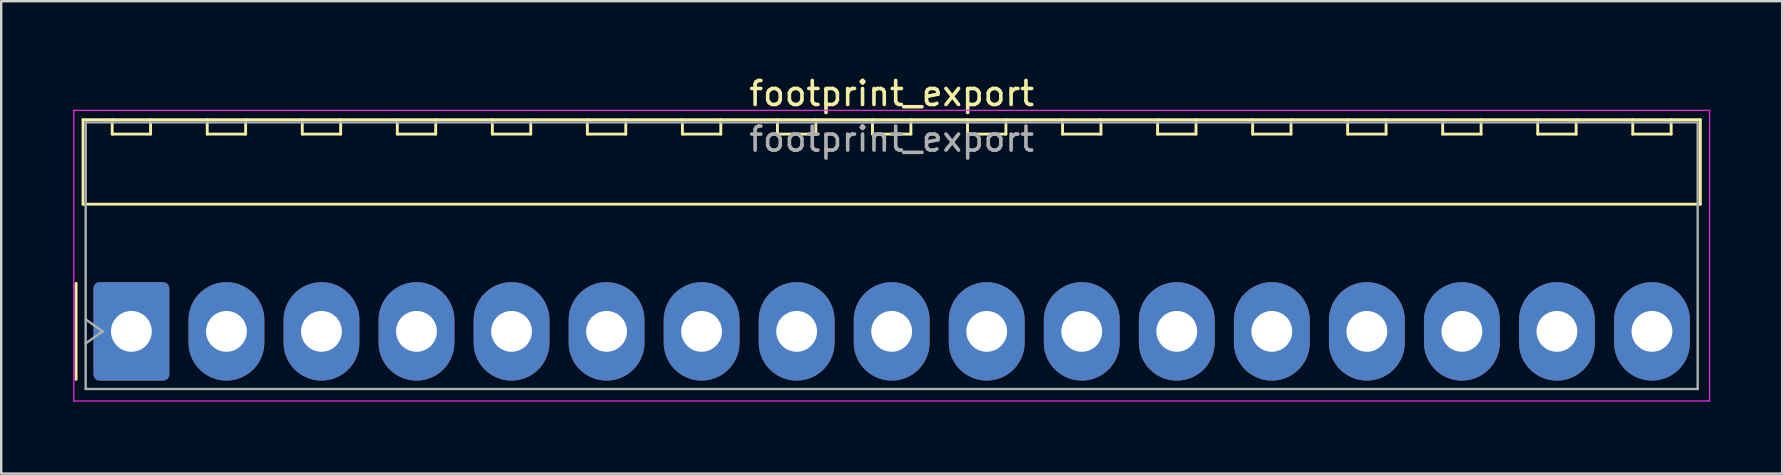
<source format=kicad_pcb>
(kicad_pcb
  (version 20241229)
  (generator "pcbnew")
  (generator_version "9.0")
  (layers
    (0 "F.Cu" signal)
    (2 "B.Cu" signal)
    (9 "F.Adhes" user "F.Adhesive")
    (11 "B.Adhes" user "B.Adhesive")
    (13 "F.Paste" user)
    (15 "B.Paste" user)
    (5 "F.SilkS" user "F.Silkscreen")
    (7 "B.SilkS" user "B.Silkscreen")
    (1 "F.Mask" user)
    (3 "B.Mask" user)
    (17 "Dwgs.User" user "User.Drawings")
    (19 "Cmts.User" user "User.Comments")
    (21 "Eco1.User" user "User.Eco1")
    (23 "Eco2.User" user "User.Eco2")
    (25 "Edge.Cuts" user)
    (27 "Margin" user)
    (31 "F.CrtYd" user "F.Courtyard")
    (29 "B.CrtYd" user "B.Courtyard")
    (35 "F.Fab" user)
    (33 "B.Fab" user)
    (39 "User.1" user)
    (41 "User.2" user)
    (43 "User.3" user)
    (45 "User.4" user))
  (footprint "footprint_export"
    (layer "F.Cu")
    (at 2.425 10.758)
    (property "Reference" "footprint_export" (at 31.68 -9.91 0) (layer "F.SilkS") (effects (font (size 1 1) (thickness 0.15))))
    (attr through_hole)
    (fp_line (start -2.305 -2) (end -2.305 2) (stroke (width 0.12) (type solid)) (layer "F.SilkS"))
    (fp_line (start -2.015 -8.82) (end 65.375 -8.82) (stroke (width 0.12) (type solid)) (layer "F.SilkS"))
    (fp_line (start -2.015 -5.3) (end -2.015 -8.82) (stroke (width 0.12) (type solid)) (layer "F.SilkS"))
    (fp_line (start -0.8 -8.82) (end -0.8 -8.22) (stroke (width 0.12) (type solid)) (layer "F.SilkS"))
    (fp_line (start -0.8 -8.22) (end 0.8 -8.22) (stroke (width 0.12) (type solid)) (layer "F.SilkS"))
    (fp_line (start 0.8 -8.22) (end 0.8 -8.82) (stroke (width 0.12) (type solid)) (layer "F.SilkS"))
    (fp_line (start 3.16 -8.82) (end 3.16 -8.22) (stroke (width 0.12) (type solid)) (layer "F.SilkS"))
    (fp_line (start 3.16 -8.22) (end 4.76 -8.22) (stroke (width 0.12) (type solid)) (layer "F.SilkS"))
    (fp_line (start 4.76 -8.22) (end 4.76 -8.82) (stroke (width 0.12) (type solid)) (layer "F.SilkS"))
    (fp_line (start 7.12 -8.82) (end 7.12 -8.22) (stroke (width 0.12) (type solid)) (layer "F.SilkS"))
    (fp_line (start 7.12 -8.22) (end 8.72 -8.22) (stroke (width 0.12) (type solid)) (layer "F.SilkS"))
    (fp_line (start 8.72 -8.22) (end 8.72 -8.82) (stroke (width 0.12) (type solid)) (layer "F.SilkS"))
    (fp_line (start 11.08 -8.82) (end 11.08 -8.22) (stroke (width 0.12) (type solid)) (layer "F.SilkS"))
    (fp_line (start 11.08 -8.22) (end 12.68 -8.22) (stroke (width 0.12) (type solid)) (layer "F.SilkS"))
    (fp_line (start 12.68 -8.22) (end 12.68 -8.82) (stroke (width 0.12) (type solid)) (layer "F.SilkS"))
    (fp_line (start 15.04 -8.82) (end 15.04 -8.22) (stroke (width 0.12) (type solid)) (layer "F.SilkS"))
    (fp_line (start 15.04 -8.22) (end 16.64 -8.22) (stroke (width 0.12) (type solid)) (layer "F.SilkS"))
    (fp_line (start 16.64 -8.22) (end 16.64 -8.82) (stroke (width 0.12) (type solid)) (layer "F.SilkS"))
    (fp_line (start 19 -8.82) (end 19 -8.22) (stroke (width 0.12) (type solid)) (layer "F.SilkS"))
    (fp_line (start 19 -8.22) (end 20.6 -8.22) (stroke (width 0.12) (type solid)) (layer "F.SilkS"))
    (fp_line (start 20.6 -8.22) (end 20.6 -8.82) (stroke (width 0.12) (type solid)) (layer "F.SilkS"))
    (fp_line (start 22.96 -8.82) (end 22.96 -8.22) (stroke (width 0.12) (type solid)) (layer "F.SilkS"))
    (fp_line (start 22.96 -8.22) (end 24.56 -8.22) (stroke (width 0.12) (type solid)) (layer "F.SilkS"))
    (fp_line (start 24.56 -8.22) (end 24.56 -8.82) (stroke (width 0.12) (type solid)) (layer "F.SilkS"))
    (fp_line (start 26.92 -8.82) (end 26.92 -8.22) (stroke (width 0.12) (type solid)) (layer "F.SilkS"))
    (fp_line (start 26.92 -8.22) (end 28.52 -8.22) (stroke (width 0.12) (type solid)) (layer "F.SilkS"))
    (fp_line (start 28.52 -8.22) (end 28.52 -8.82) (stroke (width 0.12) (type solid)) (layer "F.SilkS"))
    (fp_line (start 30.88 -8.82) (end 30.88 -8.22) (stroke (width 0.12) (type solid)) (layer "F.SilkS"))
    (fp_line (start 30.88 -8.22) (end 32.48 -8.22) (stroke (width 0.12) (type solid)) (layer "F.SilkS"))
    (fp_line (start 32.48 -8.22) (end 32.48 -8.82) (stroke (width 0.12) (type solid)) (layer "F.SilkS"))
    (fp_line (start 34.84 -8.82) (end 34.84 -8.22) (stroke (width 0.12) (type solid)) (layer "F.SilkS"))
    (fp_line (start 34.84 -8.22) (end 36.44 -8.22) (stroke (width 0.12) (type solid)) (layer "F.SilkS"))
    (fp_line (start 36.44 -8.22) (end 36.44 -8.82) (stroke (width 0.12) (type solid)) (layer "F.SilkS"))
    (fp_line (start 38.8 -8.82) (end 38.8 -8.22) (stroke (width 0.12) (type solid)) (layer "F.SilkS"))
    (fp_line (start 38.8 -8.22) (end 40.4 -8.22) (stroke (width 0.12) (type solid)) (layer "F.SilkS"))
    (fp_line (start 40.4 -8.22) (end 40.4 -8.82) (stroke (width 0.12) (type solid)) (layer "F.SilkS"))
    (fp_line (start 42.76 -8.82) (end 42.76 -8.22) (stroke (width 0.12) (type solid)) (layer "F.SilkS"))
    (fp_line (start 42.76 -8.22) (end 44.36 -8.22) (stroke (width 0.12) (type solid)) (layer "F.SilkS"))
    (fp_line (start 44.36 -8.22) (end 44.36 -8.82) (stroke (width 0.12) (type solid)) (layer "F.SilkS"))
    (fp_line (start 46.72 -8.82) (end 46.72 -8.22) (stroke (width 0.12) (type solid)) (layer "F.SilkS"))
    (fp_line (start 46.72 -8.22) (end 48.32 -8.22) (stroke (width 0.12) (type solid)) (layer "F.SilkS"))
    (fp_line (start 48.32 -8.22) (end 48.32 -8.82) (stroke (width 0.12) (type solid)) (layer "F.SilkS"))
    (fp_line (start 50.68 -8.82) (end 50.68 -8.22) (stroke (width 0.12) (type solid)) (layer "F.SilkS"))
    (fp_line (start 50.68 -8.22) (end 52.28 -8.22) (stroke (width 0.12) (type solid)) (layer "F.SilkS"))
    (fp_line (start 52.28 -8.22) (end 52.28 -8.82) (stroke (width 0.12) (type solid)) (layer "F.SilkS"))
    (fp_line (start 54.64 -8.82) (end 54.64 -8.22) (stroke (width 0.12) (type solid)) (layer "F.SilkS"))
    (fp_line (start 54.64 -8.22) (end 56.24 -8.22) (stroke (width 0.12) (type solid)) (layer "F.SilkS"))
    (fp_line (start 56.24 -8.22) (end 56.24 -8.82) (stroke (width 0.12) (type solid)) (layer "F.SilkS"))
    (fp_line (start 58.6 -8.82) (end 58.6 -8.22) (stroke (width 0.12) (type solid)) (layer "F.SilkS"))
    (fp_line (start 58.6 -8.22) (end 60.2 -8.22) (stroke (width 0.12) (type solid)) (layer "F.SilkS"))
    (fp_line (start 60.2 -8.22) (end 60.2 -8.82) (stroke (width 0.12) (type solid)) (layer "F.SilkS"))
    (fp_line (start 62.56 -8.82) (end 62.56 -8.22) (stroke (width 0.12) (type solid)) (layer "F.SilkS"))
    (fp_line (start 62.56 -8.22) (end 64.16 -8.22) (stroke (width 0.12) (type solid)) (layer "F.SilkS"))
    (fp_line (start 64.16 -8.22) (end 64.16 -8.82) (stroke (width 0.12) (type solid)) (layer "F.SilkS"))
    (fp_line (start 65.375 -8.82) (end 65.375 -5.3) (stroke (width 0.12) (type solid)) (layer "F.SilkS"))
    (fp_line (start 65.375 -5.3) (end -2.015 -5.3) (stroke (width 0.12) (type solid)) (layer "F.SilkS"))
    (fp_line (start -2.4 -9.21) (end -2.4 2.9) (stroke (width 0.05) (type solid)) (layer "F.CrtYd"))
    (fp_line (start -2.4 2.9) (end 65.76 2.9) (stroke (width 0.05) (type solid)) (layer "F.CrtYd"))
    (fp_line (start 65.76 -9.21) (end -2.4 -9.21) (stroke (width 0.05) (type solid)) (layer "F.CrtYd"))
    (fp_line (start 65.76 2.9) (end 65.76 -9.21) (stroke (width 0.05) (type solid)) (layer "F.CrtYd"))
    (fp_line (start -1.905 -8.71) (end 65.265 -8.71) (stroke (width 0.1) (type solid)) (layer "F.Fab"))
    (fp_line (start -1.905 -0.5) (end -1.198 0) (stroke (width 0.1) (type solid)) (layer "F.Fab"))
    (fp_line (start -1.905 2.4) (end -1.905 -8.71) (stroke (width 0.1) (type solid)) (layer "F.Fab"))
    (fp_line (start -1.198 0) (end -1.905 0.5) (stroke (width 0.1) (type solid)) (layer "F.Fab"))
    (fp_line (start 65.265 -8.71) (end 65.265 2.4) (stroke (width 0.1) (type solid)) (layer "F.Fab"))
    (fp_line (start 65.265 2.4) (end -1.905 2.4) (stroke (width 0.1) (type solid)) (layer "F.Fab"))
    (fp_text user "${REFERENCE}" (at 31.68 -8.01 0) (layer "F.Fab") (effects (font (size 1 1) (thickness 0.15))))
    (pad "1" thru_hole roundrect (at 0 0) (size 3.16 4.1) (drill 1.7) (layers "*.Cu" "*.Mask") (roundrect_rratio 0.079))
    (pad "2" thru_hole oval (at 3.96 0) (size 3.16 4.1) (drill 1.7) (layers "*.Cu" "*.Mask"))
    (pad "3" thru_hole oval (at 7.92 0) (size 3.16 4.1) (drill 1.7) (layers "*.Cu" "*.Mask"))
    (pad "4" thru_hole oval (at 11.88 0) (size 3.16 4.1) (drill 1.7) (layers "*.Cu" "*.Mask"))
    (pad "5" thru_hole oval (at 15.84 0) (size 3.16 4.1) (drill 1.7) (layers "*.Cu" "*.Mask"))
    (pad "6" thru_hole oval (at 19.8 0) (size 3.16 4.1) (drill 1.7) (layers "*.Cu" "*.Mask"))
    (pad "7" thru_hole oval (at 23.76 0) (size 3.16 4.1) (drill 1.7) (layers "*.Cu" "*.Mask"))
    (pad "8" thru_hole oval (at 27.72 0) (size 3.16 4.1) (drill 1.7) (layers "*.Cu" "*.Mask"))
    (pad "9" thru_hole oval (at 31.68 0) (size 3.16 4.1) (drill 1.7) (layers "*.Cu" "*.Mask"))
    (pad "10" thru_hole oval (at 35.64 0) (size 3.16 4.1) (drill 1.7) (layers "*.Cu" "*.Mask"))
    (pad "11" thru_hole oval (at 39.6 0) (size 3.16 4.1) (drill 1.7) (layers "*.Cu" "*.Mask"))
    (pad "12" thru_hole oval (at 43.56 0) (size 3.16 4.1) (drill 1.7) (layers "*.Cu" "*.Mask"))
    (pad "13" thru_hole oval (at 47.52 0) (size 3.16 4.1) (drill 1.7) (layers "*.Cu" "*.Mask"))
    (pad "14" thru_hole oval (at 51.48 0) (size 3.16 4.1) (drill 1.7) (layers "*.Cu" "*.Mask"))
    (pad "15" thru_hole oval (at 55.44 0) (size 3.16 4.1) (drill 1.7) (layers "*.Cu" "*.Mask"))
    (pad "16" thru_hole oval (at 59.4 0) (size 3.16 4.1) (drill 1.7) (layers "*.Cu" "*.Mask"))
    (pad "17" thru_hole oval (at 63.36 0) (size 3.16 4.1) (drill 1.7) (layers "*.Cu" "*.Mask")))
  (gr_rect
    (start -3 -3)
    (end 71.21 16.683)
    (stroke (width 0.1) (type default))
    (fill no)
    (layer "Edge.Cuts")))
</source>
